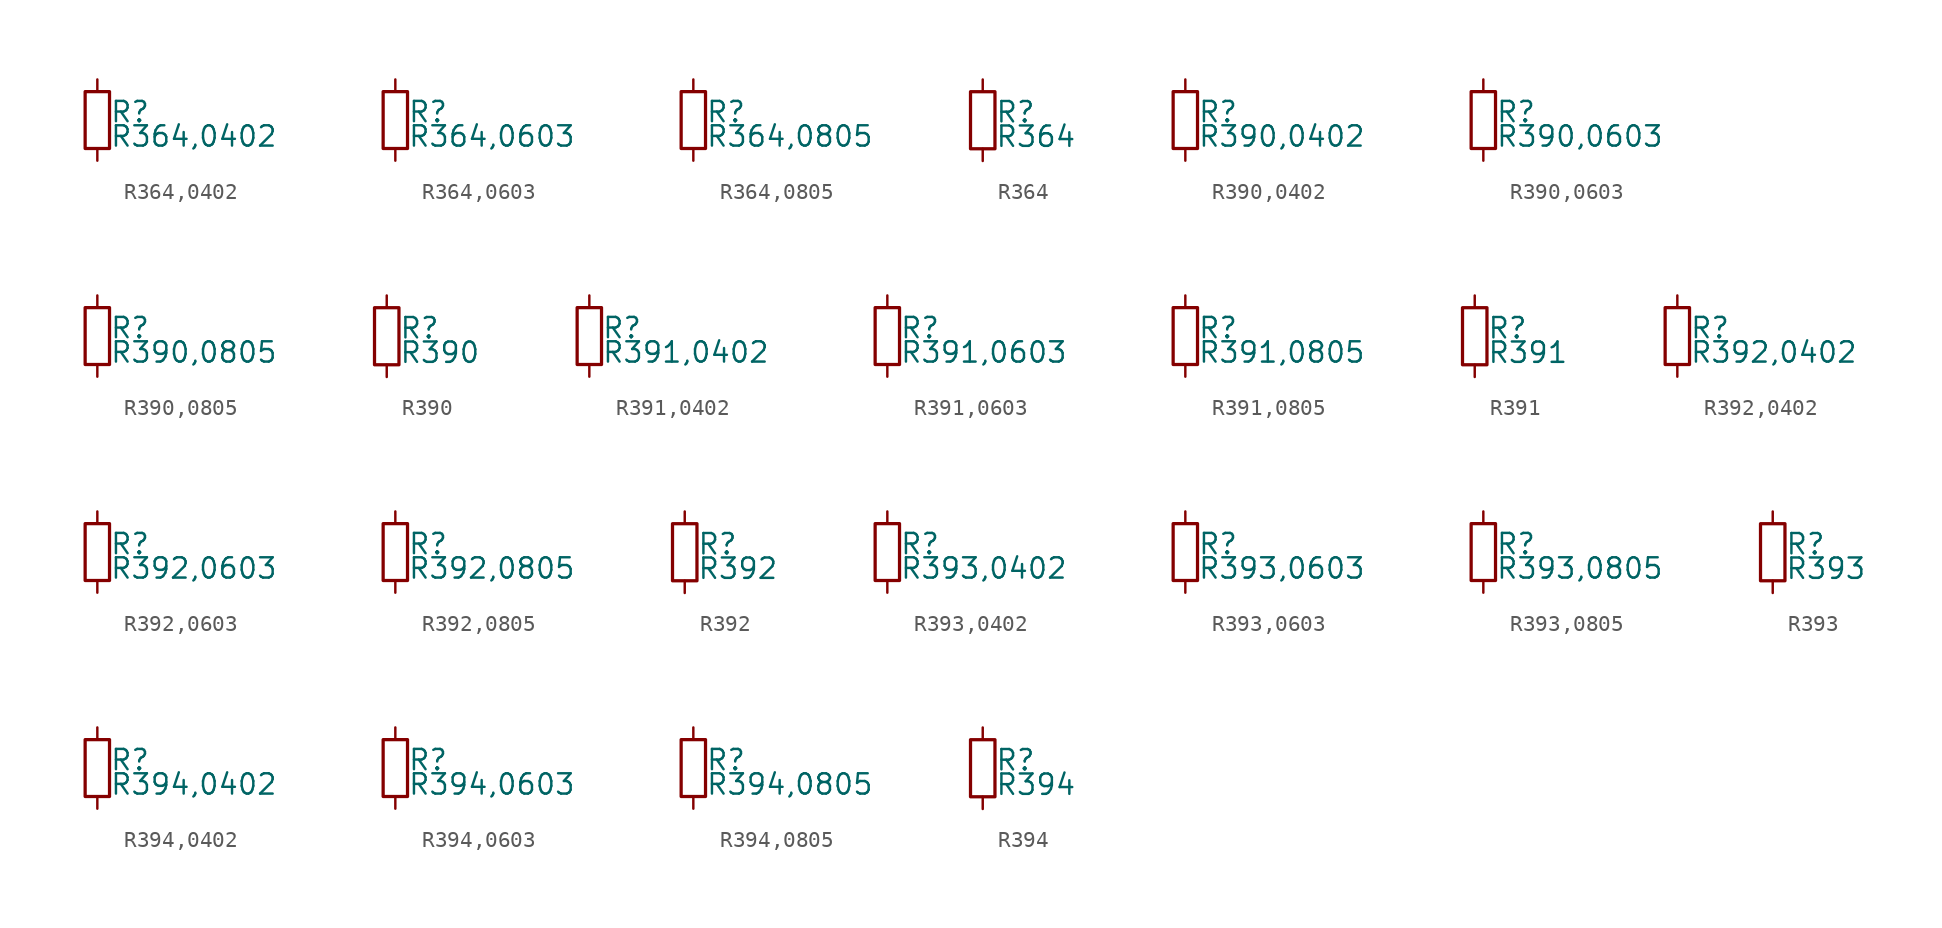
<source format=kicad_sym>
(kicad_symbol_lib
  (version 20211014)
  (generator kicad_symbol_editor)
  (symbol "R364,0402"
    (pin_numbers hide)
    (pin_names
      (offset 0.254) hide)
    (property "Reference" "R"
      (at 0.762 0.508 0)
      (effects (font (size 1.27 1.27)) (justify left)))
    (property "Value" "R364,0402"
      (at 0.762 -1.016 0)
      (effects (font (size 1.27 1.27)) (justify left)))
    (symbol "R364,0402_0_1"
      (rectangle (start -0.762 1.778) (end 0.762 -1.778) (stroke (width 0.203) (type default) (color 0 0 0 0)) (fill (type none))))
    (symbol "R364,0402_1_1"
      (pin passive line (at 0 2.54 270) (length 0.762) (name "~" (effects (font (size 1.27 1.27)))) (number "1" (effects (font (size 1.27 1.27)))))
      (pin passive line (at 0 -2.54 90) (length 0.762) (name "~" (effects (font (size 1.27 1.27)))) (number "2" (effects (font (size 1.27 1.27)))))))
  (symbol "R364,0603"
    (pin_numbers hide)
    (pin_names
      (offset 0.254) hide)
    (property "Reference" "R"
      (at 0.762 0.508 0)
      (effects (font (size 1.27 1.27)) (justify left)))
    (property "Value" "R364,0603"
      (at 0.762 -1.016 0)
      (effects (font (size 1.27 1.27)) (justify left)))
    (symbol "R364,0603_0_1"
      (rectangle (start -0.762 1.778) (end 0.762 -1.778) (stroke (width 0.203) (type default) (color 0 0 0 0)) (fill (type none))))
    (symbol "R364,0603_1_1"
      (pin passive line (at 0 2.54 270) (length 0.762) (name "~" (effects (font (size 1.27 1.27)))) (number "1" (effects (font (size 1.27 1.27)))))
      (pin passive line (at 0 -2.54 90) (length 0.762) (name "~" (effects (font (size 1.27 1.27)))) (number "2" (effects (font (size 1.27 1.27)))))))
  (symbol "R364,0805"
    (pin_numbers hide)
    (pin_names
      (offset 0.254) hide)
    (property "Reference" "R"
      (at 0.762 0.508 0)
      (effects (font (size 1.27 1.27)) (justify left)))
    (property "Value" "R364,0805"
      (at 0.762 -1.016 0)
      (effects (font (size 1.27 1.27)) (justify left)))
    (symbol "R364,0805_0_1"
      (rectangle (start -0.762 1.778) (end 0.762 -1.778) (stroke (width 0.203) (type default) (color 0 0 0 0)) (fill (type none))))
    (symbol "R364,0805_1_1"
      (pin passive line (at 0 2.54 270) (length 0.762) (name "~" (effects (font (size 1.27 1.27)))) (number "1" (effects (font (size 1.27 1.27)))))
      (pin passive line (at 0 -2.54 90) (length 0.762) (name "~" (effects (font (size 1.27 1.27)))) (number "2" (effects (font (size 1.27 1.27)))))))
  (symbol "R364"
    (pin_numbers hide)
    (pin_names
      (offset 0.254) hide)
    (property "Reference" "R"
      (at 0.762 0.508 0)
      (effects (font (size 1.27 1.27)) (justify left)))
    (property "Value" "R364"
      (at 0.762 -1.016 0)
      (effects (font (size 1.27 1.27)) (justify left)))
    (symbol "R364_0_1"
      (rectangle (start -0.762 1.778) (end 0.762 -1.778) (stroke (width 0.203) (type default) (color 0 0 0 0)) (fill (type none))))
    (symbol "R364_1_1"
      (pin passive line (at 0 2.54 270) (length 0.762) (name "~" (effects (font (size 1.27 1.27)))) (number "1" (effects (font (size 1.27 1.27)))))
      (pin passive line (at 0 -2.54 90) (length 0.762) (name "~" (effects (font (size 1.27 1.27)))) (number "2" (effects (font (size 1.27 1.27)))))))
  (symbol "R390,0402"
    (pin_numbers hide)
    (pin_names
      (offset 0.254) hide)
    (property "Reference" "R"
      (at 0.762 0.508 0)
      (effects (font (size 1.27 1.27)) (justify left)))
    (property "Value" "R390,0402"
      (at 0.762 -1.016 0)
      (effects (font (size 1.27 1.27)) (justify left)))
    (symbol "R390,0402_0_1"
      (rectangle (start -0.762 1.778) (end 0.762 -1.778) (stroke (width 0.203) (type default) (color 0 0 0 0)) (fill (type none))))
    (symbol "R390,0402_1_1"
      (pin passive line (at 0 2.54 270) (length 0.762) (name "~" (effects (font (size 1.27 1.27)))) (number "1" (effects (font (size 1.27 1.27)))))
      (pin passive line (at 0 -2.54 90) (length 0.762) (name "~" (effects (font (size 1.27 1.27)))) (number "2" (effects (font (size 1.27 1.27)))))))
  (symbol "R390,0603"
    (pin_numbers hide)
    (pin_names
      (offset 0.254) hide)
    (property "Reference" "R"
      (at 0.762 0.508 0)
      (effects (font (size 1.27 1.27)) (justify left)))
    (property "Value" "R390,0603"
      (at 0.762 -1.016 0)
      (effects (font (size 1.27 1.27)) (justify left)))
    (symbol "R390,0603_0_1"
      (rectangle (start -0.762 1.778) (end 0.762 -1.778) (stroke (width 0.203) (type default) (color 0 0 0 0)) (fill (type none))))
    (symbol "R390,0603_1_1"
      (pin passive line (at 0 2.54 270) (length 0.762) (name "~" (effects (font (size 1.27 1.27)))) (number "1" (effects (font (size 1.27 1.27)))))
      (pin passive line (at 0 -2.54 90) (length 0.762) (name "~" (effects (font (size 1.27 1.27)))) (number "2" (effects (font (size 1.27 1.27)))))))
  (symbol "R390,0805"
    (pin_numbers hide)
    (pin_names
      (offset 0.254) hide)
    (property "Reference" "R"
      (at 0.762 0.508 0)
      (effects (font (size 1.27 1.27)) (justify left)))
    (property "Value" "R390,0805"
      (at 0.762 -1.016 0)
      (effects (font (size 1.27 1.27)) (justify left)))
    (symbol "R390,0805_0_1"
      (rectangle (start -0.762 1.778) (end 0.762 -1.778) (stroke (width 0.203) (type default) (color 0 0 0 0)) (fill (type none))))
    (symbol "R390,0805_1_1"
      (pin passive line (at 0 2.54 270) (length 0.762) (name "~" (effects (font (size 1.27 1.27)))) (number "1" (effects (font (size 1.27 1.27)))))
      (pin passive line (at 0 -2.54 90) (length 0.762) (name "~" (effects (font (size 1.27 1.27)))) (number "2" (effects (font (size 1.27 1.27)))))))
  (symbol "R390"
    (pin_numbers hide)
    (pin_names
      (offset 0.254) hide)
    (property "Reference" "R"
      (at 0.762 0.508 0)
      (effects (font (size 1.27 1.27)) (justify left)))
    (property "Value" "R390"
      (at 0.762 -1.016 0)
      (effects (font (size 1.27 1.27)) (justify left)))
    (symbol "R390_0_1"
      (rectangle (start -0.762 1.778) (end 0.762 -1.778) (stroke (width 0.203) (type default) (color 0 0 0 0)) (fill (type none))))
    (symbol "R390_1_1"
      (pin passive line (at 0 2.54 270) (length 0.762) (name "~" (effects (font (size 1.27 1.27)))) (number "1" (effects (font (size 1.27 1.27)))))
      (pin passive line (at 0 -2.54 90) (length 0.762) (name "~" (effects (font (size 1.27 1.27)))) (number "2" (effects (font (size 1.27 1.27)))))))
  (symbol "R391,0402"
    (pin_numbers hide)
    (pin_names
      (offset 0.254) hide)
    (property "Reference" "R"
      (at 0.762 0.508 0)
      (effects (font (size 1.27 1.27)) (justify left)))
    (property "Value" "R391,0402"
      (at 0.762 -1.016 0)
      (effects (font (size 1.27 1.27)) (justify left)))
    (symbol "R391,0402_0_1"
      (rectangle (start -0.762 1.778) (end 0.762 -1.778) (stroke (width 0.203) (type default) (color 0 0 0 0)) (fill (type none))))
    (symbol "R391,0402_1_1"
      (pin passive line (at 0 2.54 270) (length 0.762) (name "~" (effects (font (size 1.27 1.27)))) (number "1" (effects (font (size 1.27 1.27)))))
      (pin passive line (at 0 -2.54 90) (length 0.762) (name "~" (effects (font (size 1.27 1.27)))) (number "2" (effects (font (size 1.27 1.27)))))))
  (symbol "R391,0603"
    (pin_numbers hide)
    (pin_names
      (offset 0.254) hide)
    (property "Reference" "R"
      (at 0.762 0.508 0)
      (effects (font (size 1.27 1.27)) (justify left)))
    (property "Value" "R391,0603"
      (at 0.762 -1.016 0)
      (effects (font (size 1.27 1.27)) (justify left)))
    (symbol "R391,0603_0_1"
      (rectangle (start -0.762 1.778) (end 0.762 -1.778) (stroke (width 0.203) (type default) (color 0 0 0 0)) (fill (type none))))
    (symbol "R391,0603_1_1"
      (pin passive line (at 0 2.54 270) (length 0.762) (name "~" (effects (font (size 1.27 1.27)))) (number "1" (effects (font (size 1.27 1.27)))))
      (pin passive line (at 0 -2.54 90) (length 0.762) (name "~" (effects (font (size 1.27 1.27)))) (number "2" (effects (font (size 1.27 1.27)))))))
  (symbol "R391,0805"
    (pin_numbers hide)
    (pin_names
      (offset 0.254) hide)
    (property "Reference" "R"
      (at 0.762 0.508 0)
      (effects (font (size 1.27 1.27)) (justify left)))
    (property "Value" "R391,0805"
      (at 0.762 -1.016 0)
      (effects (font (size 1.27 1.27)) (justify left)))
    (symbol "R391,0805_0_1"
      (rectangle (start -0.762 1.778) (end 0.762 -1.778) (stroke (width 0.203) (type default) (color 0 0 0 0)) (fill (type none))))
    (symbol "R391,0805_1_1"
      (pin passive line (at 0 2.54 270) (length 0.762) (name "~" (effects (font (size 1.27 1.27)))) (number "1" (effects (font (size 1.27 1.27)))))
      (pin passive line (at 0 -2.54 90) (length 0.762) (name "~" (effects (font (size 1.27 1.27)))) (number "2" (effects (font (size 1.27 1.27)))))))
  (symbol "R391"
    (pin_numbers hide)
    (pin_names
      (offset 0.254) hide)
    (property "Reference" "R"
      (at 0.762 0.508 0)
      (effects (font (size 1.27 1.27)) (justify left)))
    (property "Value" "R391"
      (at 0.762 -1.016 0)
      (effects (font (size 1.27 1.27)) (justify left)))
    (symbol "R391_0_1"
      (rectangle (start -0.762 1.778) (end 0.762 -1.778) (stroke (width 0.203) (type default) (color 0 0 0 0)) (fill (type none))))
    (symbol "R391_1_1"
      (pin passive line (at 0 2.54 270) (length 0.762) (name "~" (effects (font (size 1.27 1.27)))) (number "1" (effects (font (size 1.27 1.27)))))
      (pin passive line (at 0 -2.54 90) (length 0.762) (name "~" (effects (font (size 1.27 1.27)))) (number "2" (effects (font (size 1.27 1.27)))))))
  (symbol "R392,0402"
    (pin_numbers hide)
    (pin_names
      (offset 0.254) hide)
    (property "Reference" "R"
      (at 0.762 0.508 0)
      (effects (font (size 1.27 1.27)) (justify left)))
    (property "Value" "R392,0402"
      (at 0.762 -1.016 0)
      (effects (font (size 1.27 1.27)) (justify left)))
    (symbol "R392,0402_0_1"
      (rectangle (start -0.762 1.778) (end 0.762 -1.778) (stroke (width 0.203) (type default) (color 0 0 0 0)) (fill (type none))))
    (symbol "R392,0402_1_1"
      (pin passive line (at 0 2.54 270) (length 0.762) (name "~" (effects (font (size 1.27 1.27)))) (number "1" (effects (font (size 1.27 1.27)))))
      (pin passive line (at 0 -2.54 90) (length 0.762) (name "~" (effects (font (size 1.27 1.27)))) (number "2" (effects (font (size 1.27 1.27)))))))
  (symbol "R392,0603"
    (pin_numbers hide)
    (pin_names
      (offset 0.254) hide)
    (property "Reference" "R"
      (at 0.762 0.508 0)
      (effects (font (size 1.27 1.27)) (justify left)))
    (property "Value" "R392,0603"
      (at 0.762 -1.016 0)
      (effects (font (size 1.27 1.27)) (justify left)))
    (symbol "R392,0603_0_1"
      (rectangle (start -0.762 1.778) (end 0.762 -1.778) (stroke (width 0.203) (type default) (color 0 0 0 0)) (fill (type none))))
    (symbol "R392,0603_1_1"
      (pin passive line (at 0 2.54 270) (length 0.762) (name "~" (effects (font (size 1.27 1.27)))) (number "1" (effects (font (size 1.27 1.27)))))
      (pin passive line (at 0 -2.54 90) (length 0.762) (name "~" (effects (font (size 1.27 1.27)))) (number "2" (effects (font (size 1.27 1.27)))))))
  (symbol "R392,0805"
    (pin_numbers hide)
    (pin_names
      (offset 0.254) hide)
    (property "Reference" "R"
      (at 0.762 0.508 0)
      (effects (font (size 1.27 1.27)) (justify left)))
    (property "Value" "R392,0805"
      (at 0.762 -1.016 0)
      (effects (font (size 1.27 1.27)) (justify left)))
    (symbol "R392,0805_0_1"
      (rectangle (start -0.762 1.778) (end 0.762 -1.778) (stroke (width 0.203) (type default) (color 0 0 0 0)) (fill (type none))))
    (symbol "R392,0805_1_1"
      (pin passive line (at 0 2.54 270) (length 0.762) (name "~" (effects (font (size 1.27 1.27)))) (number "1" (effects (font (size 1.27 1.27)))))
      (pin passive line (at 0 -2.54 90) (length 0.762) (name "~" (effects (font (size 1.27 1.27)))) (number "2" (effects (font (size 1.27 1.27)))))))
  (symbol "R392"
    (pin_numbers hide)
    (pin_names
      (offset 0.254) hide)
    (property "Reference" "R"
      (at 0.762 0.508 0)
      (effects (font (size 1.27 1.27)) (justify left)))
    (property "Value" "R392"
      (at 0.762 -1.016 0)
      (effects (font (size 1.27 1.27)) (justify left)))
    (symbol "R392_0_1"
      (rectangle (start -0.762 1.778) (end 0.762 -1.778) (stroke (width 0.203) (type default) (color 0 0 0 0)) (fill (type none))))
    (symbol "R392_1_1"
      (pin passive line (at 0 2.54 270) (length 0.762) (name "~" (effects (font (size 1.27 1.27)))) (number "1" (effects (font (size 1.27 1.27)))))
      (pin passive line (at 0 -2.54 90) (length 0.762) (name "~" (effects (font (size 1.27 1.27)))) (number "2" (effects (font (size 1.27 1.27)))))))
  (symbol "R393,0402"
    (pin_numbers hide)
    (pin_names
      (offset 0.254) hide)
    (property "Reference" "R"
      (at 0.762 0.508 0)
      (effects (font (size 1.27 1.27)) (justify left)))
    (property "Value" "R393,0402"
      (at 0.762 -1.016 0)
      (effects (font (size 1.27 1.27)) (justify left)))
    (symbol "R393,0402_0_1"
      (rectangle (start -0.762 1.778) (end 0.762 -1.778) (stroke (width 0.203) (type default) (color 0 0 0 0)) (fill (type none))))
    (symbol "R393,0402_1_1"
      (pin passive line (at 0 2.54 270) (length 0.762) (name "~" (effects (font (size 1.27 1.27)))) (number "1" (effects (font (size 1.27 1.27)))))
      (pin passive line (at 0 -2.54 90) (length 0.762) (name "~" (effects (font (size 1.27 1.27)))) (number "2" (effects (font (size 1.27 1.27)))))))
  (symbol "R393,0603"
    (pin_numbers hide)
    (pin_names
      (offset 0.254) hide)
    (property "Reference" "R"
      (at 0.762 0.508 0)
      (effects (font (size 1.27 1.27)) (justify left)))
    (property "Value" "R393,0603"
      (at 0.762 -1.016 0)
      (effects (font (size 1.27 1.27)) (justify left)))
    (symbol "R393,0603_0_1"
      (rectangle (start -0.762 1.778) (end 0.762 -1.778) (stroke (width 0.203) (type default) (color 0 0 0 0)) (fill (type none))))
    (symbol "R393,0603_1_1"
      (pin passive line (at 0 2.54 270) (length 0.762) (name "~" (effects (font (size 1.27 1.27)))) (number "1" (effects (font (size 1.27 1.27)))))
      (pin passive line (at 0 -2.54 90) (length 0.762) (name "~" (effects (font (size 1.27 1.27)))) (number "2" (effects (font (size 1.27 1.27)))))))
  (symbol "R393,0805"
    (pin_numbers hide)
    (pin_names
      (offset 0.254) hide)
    (property "Reference" "R"
      (at 0.762 0.508 0)
      (effects (font (size 1.27 1.27)) (justify left)))
    (property "Value" "R393,0805"
      (at 0.762 -1.016 0)
      (effects (font (size 1.27 1.27)) (justify left)))
    (symbol "R393,0805_0_1"
      (rectangle (start -0.762 1.778) (end 0.762 -1.778) (stroke (width 0.203) (type default) (color 0 0 0 0)) (fill (type none))))
    (symbol "R393,0805_1_1"
      (pin passive line (at 0 2.54 270) (length 0.762) (name "~" (effects (font (size 1.27 1.27)))) (number "1" (effects (font (size 1.27 1.27)))))
      (pin passive line (at 0 -2.54 90) (length 0.762) (name "~" (effects (font (size 1.27 1.27)))) (number "2" (effects (font (size 1.27 1.27)))))))
  (symbol "R393"
    (pin_numbers hide)
    (pin_names
      (offset 0.254) hide)
    (property "Reference" "R"
      (at 0.762 0.508 0)
      (effects (font (size 1.27 1.27)) (justify left)))
    (property "Value" "R393"
      (at 0.762 -1.016 0)
      (effects (font (size 1.27 1.27)) (justify left)))
    (symbol "R393_0_1"
      (rectangle (start -0.762 1.778) (end 0.762 -1.778) (stroke (width 0.203) (type default) (color 0 0 0 0)) (fill (type none))))
    (symbol "R393_1_1"
      (pin passive line (at 0 2.54 270) (length 0.762) (name "~" (effects (font (size 1.27 1.27)))) (number "1" (effects (font (size 1.27 1.27)))))
      (pin passive line (at 0 -2.54 90) (length 0.762) (name "~" (effects (font (size 1.27 1.27)))) (number "2" (effects (font (size 1.27 1.27)))))))
  (symbol "R394,0402"
    (pin_numbers hide)
    (pin_names
      (offset 0.254) hide)
    (property "Reference" "R"
      (at 0.762 0.508 0)
      (effects (font (size 1.27 1.27)) (justify left)))
    (property "Value" "R394,0402"
      (at 0.762 -1.016 0)
      (effects (font (size 1.27 1.27)) (justify left)))
    (symbol "R394,0402_0_1"
      (rectangle (start -0.762 1.778) (end 0.762 -1.778) (stroke (width 0.203) (type default) (color 0 0 0 0)) (fill (type none))))
    (symbol "R394,0402_1_1"
      (pin passive line (at 0 2.54 270) (length 0.762) (name "~" (effects (font (size 1.27 1.27)))) (number "1" (effects (font (size 1.27 1.27)))))
      (pin passive line (at 0 -2.54 90) (length 0.762) (name "~" (effects (font (size 1.27 1.27)))) (number "2" (effects (font (size 1.27 1.27)))))))
  (symbol "R394,0603"
    (pin_numbers hide)
    (pin_names
      (offset 0.254) hide)
    (property "Reference" "R"
      (at 0.762 0.508 0)
      (effects (font (size 1.27 1.27)) (justify left)))
    (property "Value" "R394,0603"
      (at 0.762 -1.016 0)
      (effects (font (size 1.27 1.27)) (justify left)))
    (symbol "R394,0603_0_1"
      (rectangle (start -0.762 1.778) (end 0.762 -1.778) (stroke (width 0.203) (type default) (color 0 0 0 0)) (fill (type none))))
    (symbol "R394,0603_1_1"
      (pin passive line (at 0 2.54 270) (length 0.762) (name "~" (effects (font (size 1.27 1.27)))) (number "1" (effects (font (size 1.27 1.27)))))
      (pin passive line (at 0 -2.54 90) (length 0.762) (name "~" (effects (font (size 1.27 1.27)))) (number "2" (effects (font (size 1.27 1.27)))))))
  (symbol "R394,0805"
    (pin_numbers hide)
    (pin_names
      (offset 0.254) hide)
    (property "Reference" "R"
      (at 0.762 0.508 0)
      (effects (font (size 1.27 1.27)) (justify left)))
    (property "Value" "R394,0805"
      (at 0.762 -1.016 0)
      (effects (font (size 1.27 1.27)) (justify left)))
    (symbol "R394,0805_0_1"
      (rectangle (start -0.762 1.778) (end 0.762 -1.778) (stroke (width 0.203) (type default) (color 0 0 0 0)) (fill (type none))))
    (symbol "R394,0805_1_1"
      (pin passive line (at 0 2.54 270) (length 0.762) (name "~" (effects (font (size 1.27 1.27)))) (number "1" (effects (font (size 1.27 1.27)))))
      (pin passive line (at 0 -2.54 90) (length 0.762) (name "~" (effects (font (size 1.27 1.27)))) (number "2" (effects (font (size 1.27 1.27)))))))
  (symbol "R394"
    (pin_numbers hide)
    (pin_names
      (offset 0.254) hide)
    (property "Reference" "R"
      (at 0.762 0.508 0)
      (effects (font (size 1.27 1.27)) (justify left)))
    (property "Value" "R394"
      (at 0.762 -1.016 0)
      (effects (font (size 1.27 1.27)) (justify left)))
    (symbol "R394_0_1"
      (rectangle (start -0.762 1.778) (end 0.762 -1.778) (stroke (width 0.203) (type default) (color 0 0 0 0)) (fill (type none))))
    (symbol "R394_1_1"
      (pin passive line (at 0 2.54 270) (length 0.762) (name "~" (effects (font (size 1.27 1.27)))) (number "1" (effects (font (size 1.27 1.27)))))
      (pin passive line (at 0 -2.54 90) (length 0.762) (name "~" (effects (font (size 1.27 1.27)))) (number "2" (effects (font (size 1.27 1.27))))))))
</source>
